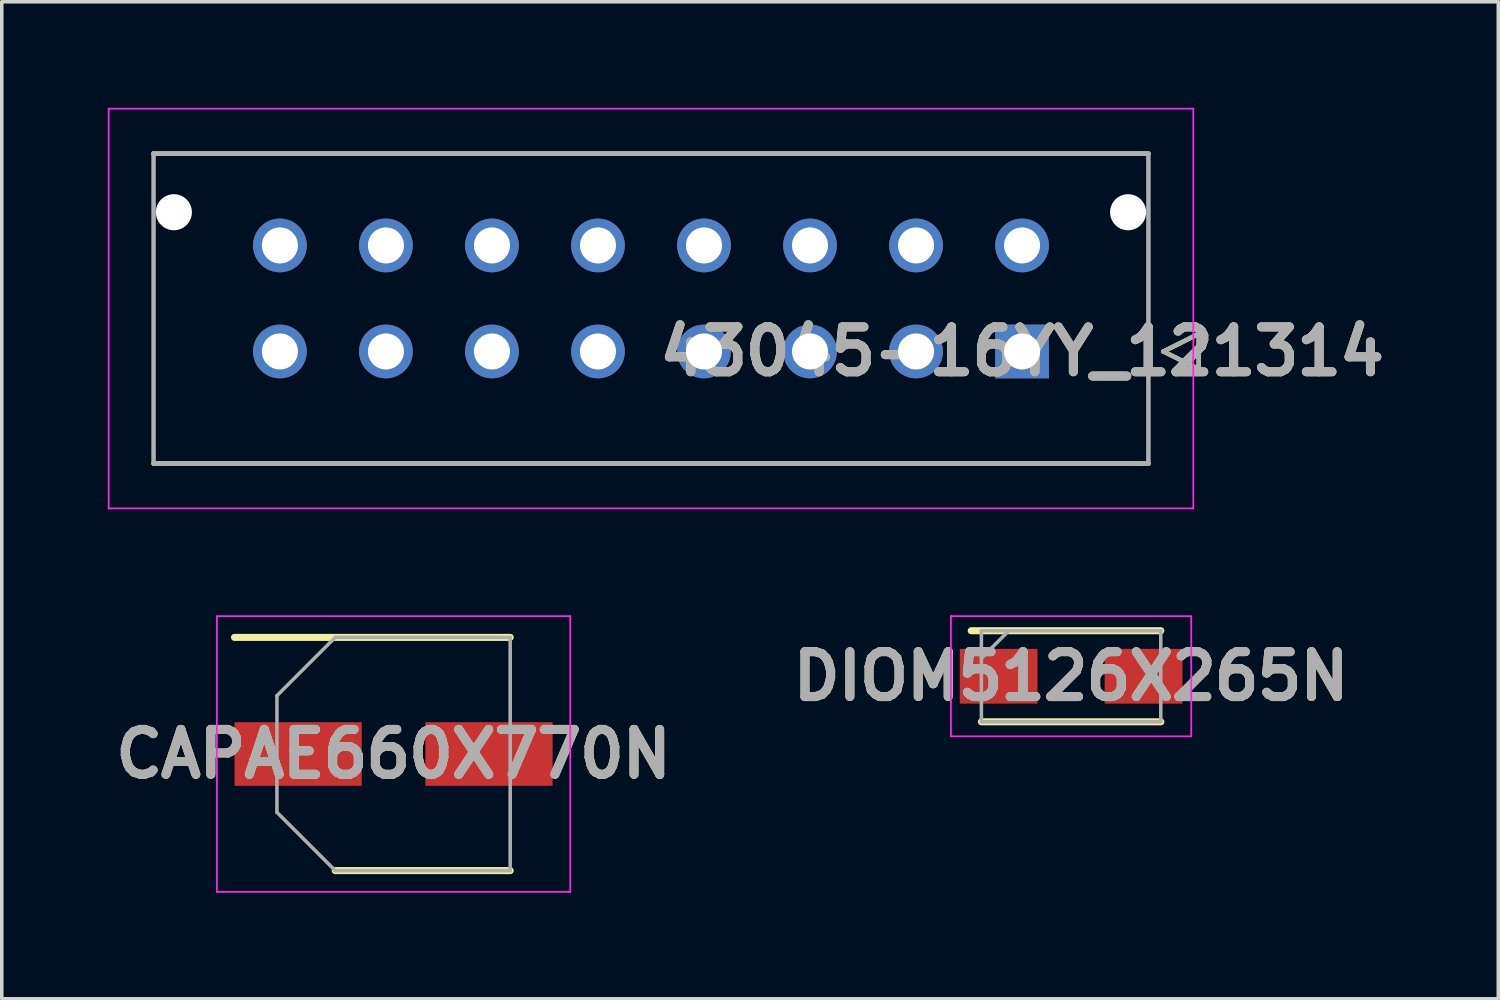
<source format=kicad_pcb>
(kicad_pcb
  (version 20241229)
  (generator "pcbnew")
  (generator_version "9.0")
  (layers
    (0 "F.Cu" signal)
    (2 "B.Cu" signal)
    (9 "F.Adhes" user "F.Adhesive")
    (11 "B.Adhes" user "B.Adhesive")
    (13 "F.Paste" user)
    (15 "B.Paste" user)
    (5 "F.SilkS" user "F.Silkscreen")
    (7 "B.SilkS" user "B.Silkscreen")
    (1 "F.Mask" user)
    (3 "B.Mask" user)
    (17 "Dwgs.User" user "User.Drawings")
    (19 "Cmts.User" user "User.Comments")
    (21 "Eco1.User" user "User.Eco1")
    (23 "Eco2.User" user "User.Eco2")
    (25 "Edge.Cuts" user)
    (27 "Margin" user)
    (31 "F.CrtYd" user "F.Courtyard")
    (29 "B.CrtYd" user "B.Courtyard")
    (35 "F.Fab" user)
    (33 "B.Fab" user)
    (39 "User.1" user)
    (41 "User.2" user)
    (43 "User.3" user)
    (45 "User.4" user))
  (footprint "DIOM5126X265N"
    (layer "F.Cu")
    (at 27.257 16.085)
    (property "Reference" "DIOM5126X265N" (at 0 0 0) (layer "F.SilkS") (effects (font (size 1.27 1.27) (thickness 0.254))))
    (attr smd)
    (fp_line (start -2.538 1.288) (end 2.538 1.288) (stroke (width 0.2) (type solid)) (layer "F.SilkS"))
    (fp_line (start 2.538 -1.288) (end -2.825 -1.288) (stroke (width 0.2) (type solid)) (layer "F.SilkS"))
    (fp_line (start -3.4 -1.7) (end 3.4 -1.7) (stroke (width 0.05) (type solid)) (layer "F.CrtYd"))
    (fp_line (start -3.4 1.7) (end -3.4 -1.7) (stroke (width 0.05) (type solid)) (layer "F.CrtYd"))
    (fp_line (start 3.4 -1.7) (end 3.4 1.7) (stroke (width 0.05) (type solid)) (layer "F.CrtYd"))
    (fp_line (start 3.4 1.7) (end -3.4 1.7) (stroke (width 0.05) (type solid)) (layer "F.CrtYd"))
    (fp_line (start -2.538 -1.288) (end 2.538 -1.288) (stroke (width 0.1) (type solid)) (layer "F.Fab"))
    (fp_line (start -2.538 -0.512) (end -1.762 -1.288) (stroke (width 0.1) (type solid)) (layer "F.Fab"))
    (fp_line (start -2.538 1.288) (end -2.538 -1.288) (stroke (width 0.1) (type solid)) (layer "F.Fab"))
    (fp_line (start 2.538 -1.288) (end 2.538 1.288) (stroke (width 0.1) (type solid)) (layer "F.Fab"))
    (fp_line (start 2.538 1.288) (end -2.538 1.288) (stroke (width 0.1) (type solid)) (layer "F.Fab"))
    (fp_text user "${REFERENCE}" (at 0 0 0) (layer "F.Fab") (effects (font (size 1.27 1.27) (thickness 0.254))))
    (pad "1" smd rect (at -2.05 0 90) (size 1.55 2.2) (layers "F.Cu" "F.Mask" "F.Paste"))
    (pad "2" smd rect (at 2.05 0 90) (size 1.55 2.2) (layers "F.Cu" "F.Mask" "F.Paste")))
  (footprint "CAPAE660X770N"
    (layer "F.Cu")
    (at 8.086 18.285)
    (property "Reference" "CAPAE660X770N" (at 0 0 0) (layer "F.SilkS") (effects (font (size 1.27 1.27) (thickness 0.254))))
    (attr smd)
    (fp_line (start -4.5 -3.3) (end 3.3 -3.3) (stroke (width 0.2) (type solid)) (layer "F.SilkS"))
    (fp_line (start -1.65 3.3) (end 3.3 3.3) (stroke (width 0.2) (type solid)) (layer "F.SilkS"))
    (fp_line (start -5 -3.9) (end 5 -3.9) (stroke (width 0.05) (type solid)) (layer "F.CrtYd"))
    (fp_line (start -5 3.9) (end -5 -3.9) (stroke (width 0.05) (type solid)) (layer "F.CrtYd"))
    (fp_line (start 5 -3.9) (end 5 3.9) (stroke (width 0.05) (type solid)) (layer "F.CrtYd"))
    (fp_line (start 5 3.9) (end -5 3.9) (stroke (width 0.05) (type solid)) (layer "F.CrtYd"))
    (fp_line (start -3.3 -1.65) (end -3.3 1.65) (stroke (width 0.1) (type solid)) (layer "F.Fab"))
    (fp_line (start -3.3 1.65) (end -1.65 3.3) (stroke (width 0.1) (type solid)) (layer "F.Fab"))
    (fp_line (start -1.65 -3.3) (end -3.3 -1.65) (stroke (width 0.1) (type solid)) (layer "F.Fab"))
    (fp_line (start -1.65 3.3) (end 3.3 3.3) (stroke (width 0.1) (type solid)) (layer "F.Fab"))
    (fp_line (start 3.3 -3.3) (end -1.65 -3.3) (stroke (width 0.1) (type solid)) (layer "F.Fab"))
    (fp_line (start 3.3 3.3) (end 3.3 -3.3) (stroke (width 0.1) (type solid)) (layer "F.Fab"))
    (fp_text user "${REFERENCE}" (at 0 0 0) (layer "F.Fab") (effects (font (size 1.27 1.27) (thickness 0.254))))
    (pad "1" smd rect (at -2.7 0 90) (size 1.8 3.6) (layers "F.Cu" "F.Mask" "F.Paste"))
    (pad "2" smd rect (at 2.7 0 90) (size 1.8 3.6) (layers "F.Cu" "F.Mask" "F.Paste")))
  (footprint "43045-16YY_121314"
    (layer "F.Cu")
    (at 25.87 6.895)
    (property "Reference" "43045-16YY_121314" (at 0 0 0) (layer "F.SilkS") (effects (font (size 1.27 1.27) (thickness 0.254))))
    (attr through_hole)
    (fp_line (start -24.575 -5.6) (end 3.575 -5.6) (stroke (width 0.127) (type solid)) (layer "F.SilkS"))
    (fp_line (start 3.575 3.17) (end -24.575 3.17) (stroke (width 0.127) (type solid)) (layer "F.SilkS"))
    (fp_line (start 4 0) (end 5 -0.5) (stroke (width 0.127) (type solid)) (layer "F.SilkS"))
    (fp_line (start 5 -0.5) (end 5 0.5) (stroke (width 0.127) (type solid)) (layer "F.SilkS"))
    (fp_line (start 5 0.5) (end 4 0) (stroke (width 0.127) (type solid)) (layer "F.SilkS"))
    (fp_line (start -25.845 -6.87) (end 4.845 -6.87) (stroke (width 0.05) (type solid)) (layer "F.CrtYd"))
    (fp_line (start -25.845 4.44) (end -25.845 -6.87) (stroke (width 0.05) (type solid)) (layer "F.CrtYd"))
    (fp_line (start 4.845 -6.87) (end 4.845 4.44) (stroke (width 0.05) (type solid)) (layer "F.CrtYd"))
    (fp_line (start 4.845 4.44) (end -25.845 4.44) (stroke (width 0.05) (type solid)) (layer "F.CrtYd"))
    (fp_line (start -24.575 -5.6) (end 3.575 -5.6) (stroke (width 0.127) (type solid)) (layer "F.Fab"))
    (fp_line (start -24.575 3.17) (end -24.575 -5.6) (stroke (width 0.127) (type solid)) (layer "F.Fab"))
    (fp_line (start 3.575 -5.6) (end 3.575 3.17) (stroke (width 0.127) (type solid)) (layer "F.Fab"))
    (fp_line (start 3.575 3.17) (end -24.575 3.17) (stroke (width 0.127) (type solid)) (layer "F.Fab"))
    (fp_line (start 4 0) (end 5 -0.5) (stroke (width 0.127) (type solid)) (layer "F.Fab"))
    (fp_line (start 5 -0.5) (end 5 0.5) (stroke (width 0.127) (type solid)) (layer "F.Fab"))
    (fp_line (start 5 0.5) (end 4 0) (stroke (width 0.127) (type solid)) (layer "F.Fab"))
    (fp_text user "${REFERENCE}" (at 0 0 0) (layer "F.Fab") (effects (font (size 1.27 1.27) (thickness 0.254))))
    (pad "" np_thru_hole circle (at -24 -3.94) (size 1.02 1.02) (drill 1.02) (layers "*.Cu" "*.Mask"))
    (pad "" np_thru_hole circle (at 3 -3.94) (size 1.02 1.02) (drill 1.02) (layers "*.Cu" "*.Mask"))
    (pad "1" thru_hole rect (at 0 0) (size 1.52 1.52) (drill 1.02) (layers "*.Cu" "*.Mask"))
    (pad "2" thru_hole circle (at -3 0) (size 1.52 1.52) (drill 1.02) (layers "*.Cu" "*.Mask"))
    (pad "3" thru_hole circle (at -6 0) (size 1.52 1.52) (drill 1.02) (layers "*.Cu" "*.Mask"))
    (pad "4" thru_hole circle (at -9 0) (size 1.52 1.52) (drill 1.02) (layers "*.Cu" "*.Mask"))
    (pad "5" thru_hole circle (at -12 0) (size 1.52 1.52) (drill 1.02) (layers "*.Cu" "*.Mask"))
    (pad "6" thru_hole circle (at -15 0) (size 1.52 1.52) (drill 1.02) (layers "*.Cu" "*.Mask"))
    (pad "7" thru_hole circle (at -18 0) (size 1.52 1.52) (drill 1.02) (layers "*.Cu" "*.Mask"))
    (pad "8" thru_hole circle (at -21 0) (size 1.52 1.52) (drill 1.02) (layers "*.Cu" "*.Mask"))
    (pad "9" thru_hole circle (at 0 -3) (size 1.52 1.52) (drill 1.02) (layers "*.Cu" "*.Mask"))
    (pad "10" thru_hole circle (at -3 -3) (size 1.52 1.52) (drill 1.02) (layers "*.Cu" "*.Mask"))
    (pad "11" thru_hole circle (at -6 -3) (size 1.52 1.52) (drill 1.02) (layers "*.Cu" "*.Mask"))
    (pad "12" thru_hole circle (at -9 -3) (size 1.52 1.52) (drill 1.02) (layers "*.Cu" "*.Mask"))
    (pad "13" thru_hole circle (at -12 -3) (size 1.52 1.52) (drill 1.02) (layers "*.Cu" "*.Mask"))
    (pad "14" thru_hole circle (at -15 -3) (size 1.52 1.52) (drill 1.02) (layers "*.Cu" "*.Mask"))
    (pad "15" thru_hole circle (at -18 -3) (size 1.52 1.52) (drill 1.02) (layers "*.Cu" "*.Mask"))
    (pad "16" thru_hole circle (at -21 -3) (size 1.52 1.52) (drill 1.02) (layers "*.Cu" "*.Mask")))
  (gr_rect
    (start -3 -3)
    (end 39.344 25.21)
    (stroke (width 0.1) (type default))
    (fill no)
    (layer "Edge.Cuts")))
</source>
